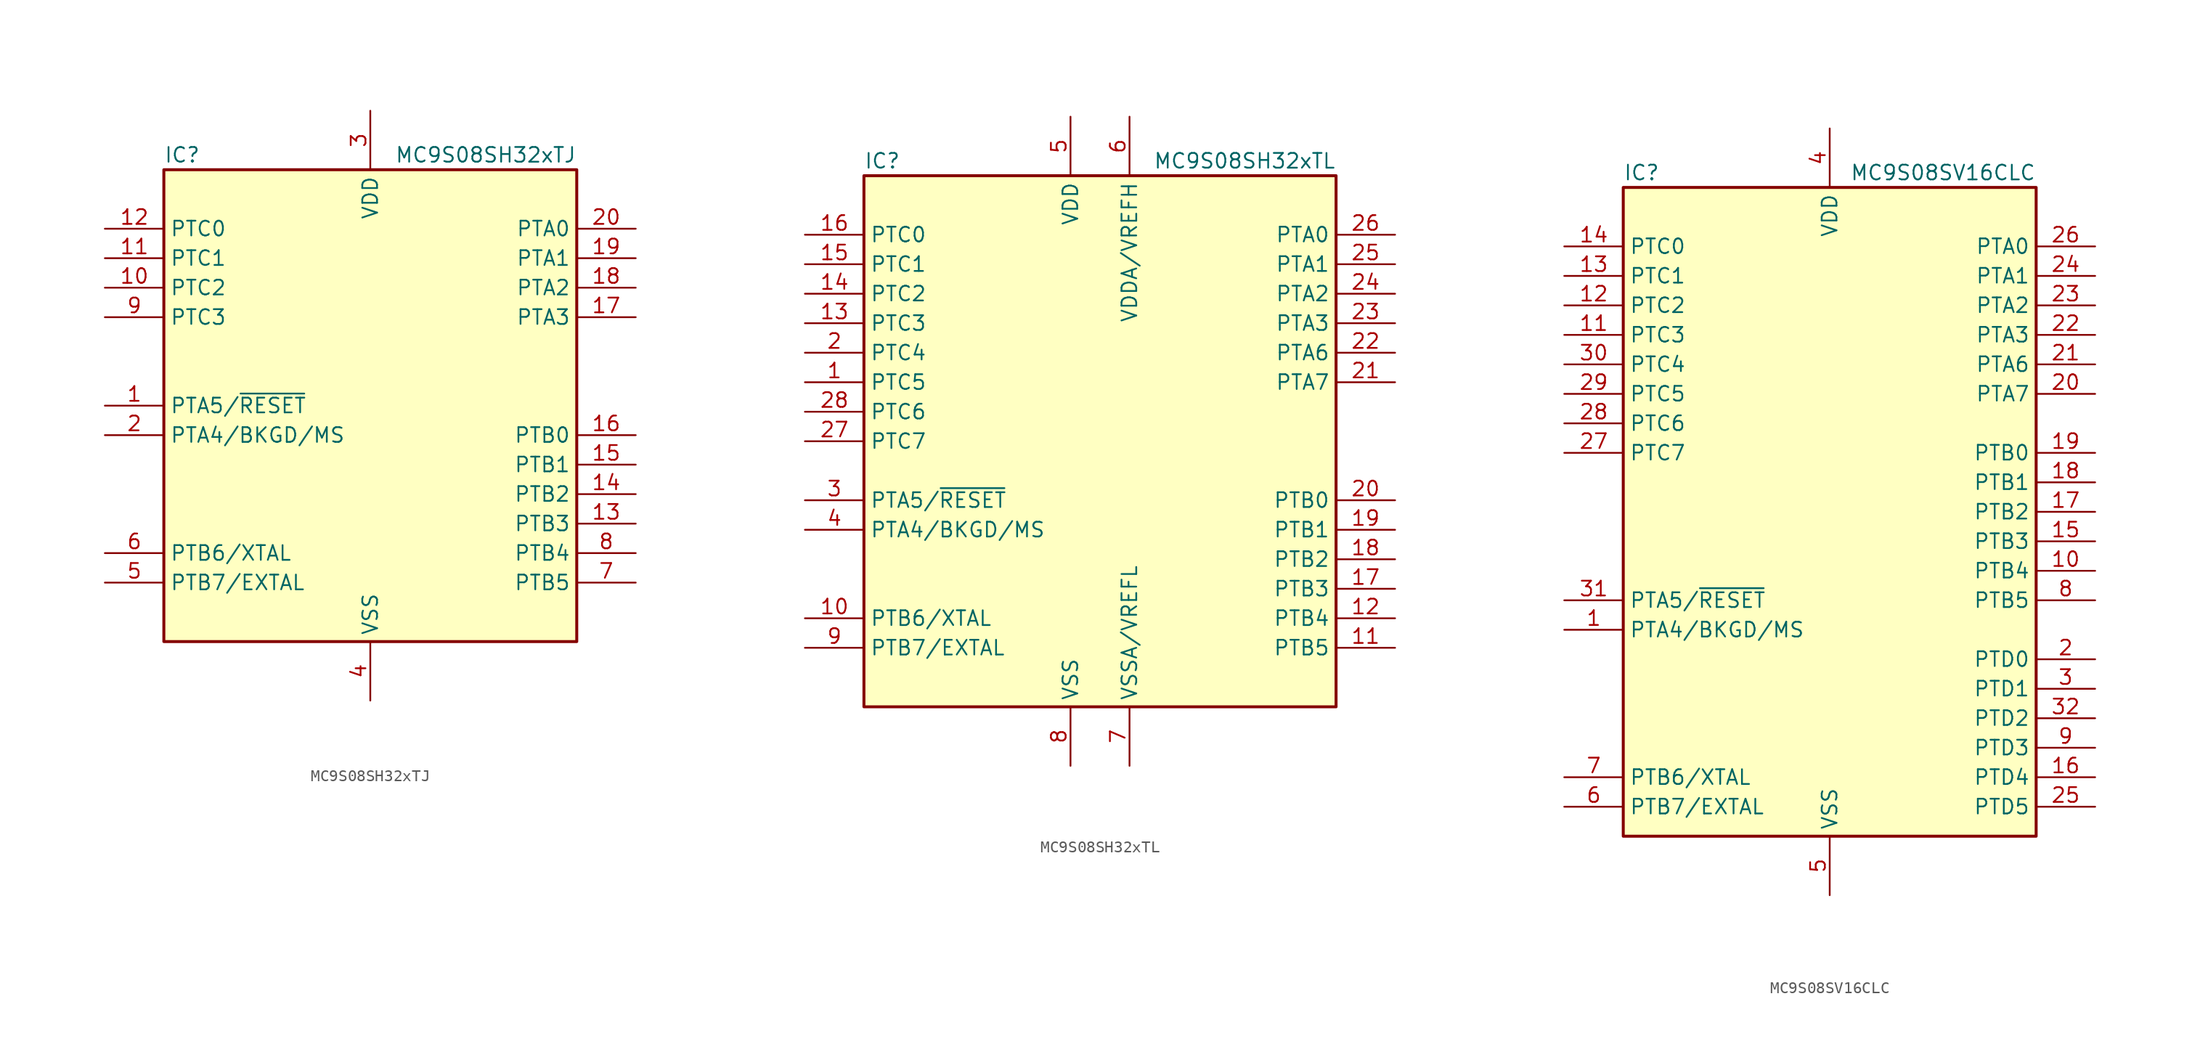
<source format=kicad_sym>
(kicad_symbol_lib
  (version 20241209)
  (generator "kicad_symbol_editor")
  (generator_version "9.0")
  (symbol "MC9S08SH32xTJ"
    (property "Reference" "IC"
      (at -17.78 21.59 0)
      (effects (font (size 1.27 1.27)) (justify left)))
    (property "Value" "MC9S08SH32xTJ"
      (at 17.78 21.59 0)
      (effects (font (size 1.27 1.27)) (justify right)))
    (symbol "MC9S08SH32xTJ_0_1"
      (rectangle (start -17.78 20.32) (end 17.78 -20.32) (stroke (width 0.254) (type default)) (fill (type background))))
    (symbol "MC9S08SH32xTJ_1_1"
      (pin bidirectional line (at -22.86 15.24 0) (length 5.08) (name "PTC0" (effects (font (size 1.27 1.27)))) (number "12" (effects (font (size 1.27 1.27)))))
      (pin bidirectional line (at -22.86 12.7 0) (length 5.08) (name "PTC1" (effects (font (size 1.27 1.27)))) (number "11" (effects (font (size 1.27 1.27)))))
      (pin bidirectional line (at -22.86 10.16 0) (length 5.08) (name "PTC2" (effects (font (size 1.27 1.27)))) (number "10" (effects (font (size 1.27 1.27)))))
      (pin bidirectional line (at -22.86 7.62 0) (length 5.08) (name "PTC3" (effects (font (size 1.27 1.27)))) (number "9" (effects (font (size 1.27 1.27)))))
      (pin bidirectional line (at -22.86 0 0) (length 5.08) (name "PTA5/~{RESET}" (effects (font (size 1.27 1.27)))) (number "1" (effects (font (size 1.27 1.27)))))
      (pin bidirectional line (at -22.86 -2.54 0) (length 5.08) (name "PTA4/BKGD/MS" (effects (font (size 1.27 1.27)))) (number "2" (effects (font (size 1.27 1.27)))))
      (pin bidirectional line (at -22.86 -12.7 0) (length 5.08) (name "PTB6/XTAL" (effects (font (size 1.27 1.27)))) (number "6" (effects (font (size 1.27 1.27)))))
      (pin bidirectional line (at -22.86 -15.24 0) (length 5.08) (name "PTB7/EXTAL" (effects (font (size 1.27 1.27)))) (number "5" (effects (font (size 1.27 1.27)))))
      (pin power_in line (at 0 25.4 270) (length 5.08) (name "VDD" (effects (font (size 1.27 1.27)))) (number "3" (effects (font (size 1.27 1.27)))))
      (pin power_in line (at 0 -25.4 90) (length 5.08) (name "VSS" (effects (font (size 1.27 1.27)))) (number "4" (effects (font (size 1.27 1.27)))))
      (pin bidirectional line (at 22.86 15.24 180) (length 5.08) (name "PTA0" (effects (font (size 1.27 1.27)))) (number "20" (effects (font (size 1.27 1.27)))))
      (pin bidirectional line (at 22.86 12.7 180) (length 5.08) (name "PTA1" (effects (font (size 1.27 1.27)))) (number "19" (effects (font (size 1.27 1.27)))))
      (pin bidirectional line (at 22.86 10.16 180) (length 5.08) (name "PTA2" (effects (font (size 1.27 1.27)))) (number "18" (effects (font (size 1.27 1.27)))))
      (pin bidirectional line (at 22.86 7.62 180) (length 5.08) (name "PTA3" (effects (font (size 1.27 1.27)))) (number "17" (effects (font (size 1.27 1.27)))))
      (pin bidirectional line (at 22.86 -2.54 180) (length 5.08) (name "PTB0" (effects (font (size 1.27 1.27)))) (number "16" (effects (font (size 1.27 1.27)))))
      (pin bidirectional line (at 22.86 -5.08 180) (length 5.08) (name "PTB1" (effects (font (size 1.27 1.27)))) (number "15" (effects (font (size 1.27 1.27)))))
      (pin bidirectional line (at 22.86 -7.62 180) (length 5.08) (name "PTB2" (effects (font (size 1.27 1.27)))) (number "14" (effects (font (size 1.27 1.27)))))
      (pin bidirectional line (at 22.86 -10.16 180) (length 5.08) (name "PTB3" (effects (font (size 1.27 1.27)))) (number "13" (effects (font (size 1.27 1.27)))))
      (pin bidirectional line (at 22.86 -12.7 180) (length 5.08) (name "PTB4" (effects (font (size 1.27 1.27)))) (number "8" (effects (font (size 1.27 1.27)))))
      (pin bidirectional line (at 22.86 -15.24 180) (length 5.08) (name "PTB5" (effects (font (size 1.27 1.27)))) (number "7" (effects (font (size 1.27 1.27)))))))
  (symbol "MC9S08SH32xTL"
    (property "Reference" "IC"
      (at -20.32 24.13 0)
      (effects (font (size 1.27 1.27)) (justify left)))
    (property "Value" "MC9S08SH32xTL"
      (at 20.32 24.13 0)
      (effects (font (size 1.27 1.27)) (justify right)))
    (symbol "MC9S08SH32xTL_0_1"
      (rectangle (start -20.32 22.86) (end 20.32 -22.86) (stroke (width 0.254) (type default)) (fill (type background))))
    (symbol "MC9S08SH32xTL_1_1"
      (pin bidirectional line (at -25.4 17.78 0) (length 5.08) (name "PTC0" (effects (font (size 1.27 1.27)))) (number "16" (effects (font (size 1.27 1.27)))))
      (pin bidirectional line (at -25.4 15.24 0) (length 5.08) (name "PTC1" (effects (font (size 1.27 1.27)))) (number "15" (effects (font (size 1.27 1.27)))))
      (pin bidirectional line (at -25.4 12.7 0) (length 5.08) (name "PTC2" (effects (font (size 1.27 1.27)))) (number "14" (effects (font (size 1.27 1.27)))))
      (pin bidirectional line (at -25.4 10.16 0) (length 5.08) (name "PTC3" (effects (font (size 1.27 1.27)))) (number "13" (effects (font (size 1.27 1.27)))))
      (pin bidirectional line (at -25.4 7.62 0) (length 5.08) (name "PTC4" (effects (font (size 1.27 1.27)))) (number "2" (effects (font (size 1.27 1.27)))))
      (pin bidirectional line (at -25.4 5.08 0) (length 5.08) (name "PTC5" (effects (font (size 1.27 1.27)))) (number "1" (effects (font (size 1.27 1.27)))))
      (pin bidirectional line (at -25.4 2.54 0) (length 5.08) (name "PTC6" (effects (font (size 1.27 1.27)))) (number "28" (effects (font (size 1.27 1.27)))))
      (pin bidirectional line (at -25.4 0 0) (length 5.08) (name "PTC7" (effects (font (size 1.27 1.27)))) (number "27" (effects (font (size 1.27 1.27)))))
      (pin bidirectional line (at -25.4 -5.08 0) (length 5.08) (name "PTA5/~{RESET}" (effects (font (size 1.27 1.27)))) (number "3" (effects (font (size 1.27 1.27)))))
      (pin bidirectional line (at -25.4 -7.62 0) (length 5.08) (name "PTA4/BKGD/MS" (effects (font (size 1.27 1.27)))) (number "4" (effects (font (size 1.27 1.27)))))
      (pin bidirectional line (at -25.4 -15.24 0) (length 5.08) (name "PTB6/XTAL" (effects (font (size 1.27 1.27)))) (number "10" (effects (font (size 1.27 1.27)))))
      (pin bidirectional line (at -25.4 -17.78 0) (length 5.08) (name "PTB7/EXTAL" (effects (font (size 1.27 1.27)))) (number "9" (effects (font (size 1.27 1.27)))))
      (pin power_in line (at -2.54 27.94 270) (length 5.08) (name "VDD" (effects (font (size 1.27 1.27)))) (number "5" (effects (font (size 1.27 1.27)))))
      (pin power_in line (at -2.54 -27.94 90) (length 5.08) (name "VSS" (effects (font (size 1.27 1.27)))) (number "8" (effects (font (size 1.27 1.27)))))
      (pin power_in line (at 2.54 27.94 270) (length 5.08) (name "VDDA/VREFH" (effects (font (size 1.27 1.27)))) (number "6" (effects (font (size 1.27 1.27)))))
      (pin power_in line (at 2.54 -27.94 90) (length 5.08) (name "VSSA/VREFL" (effects (font (size 1.27 1.27)))) (number "7" (effects (font (size 1.27 1.27)))))
      (pin bidirectional line (at 25.4 17.78 180) (length 5.08) (name "PTA0" (effects (font (size 1.27 1.27)))) (number "26" (effects (font (size 1.27 1.27)))))
      (pin bidirectional line (at 25.4 15.24 180) (length 5.08) (name "PTA1" (effects (font (size 1.27 1.27)))) (number "25" (effects (font (size 1.27 1.27)))))
      (pin bidirectional line (at 25.4 12.7 180) (length 5.08) (name "PTA2" (effects (font (size 1.27 1.27)))) (number "24" (effects (font (size 1.27 1.27)))))
      (pin bidirectional line (at 25.4 10.16 180) (length 5.08) (name "PTA3" (effects (font (size 1.27 1.27)))) (number "23" (effects (font (size 1.27 1.27)))))
      (pin bidirectional line (at 25.4 7.62 180) (length 5.08) (name "PTA6" (effects (font (size 1.27 1.27)))) (number "22" (effects (font (size 1.27 1.27)))))
      (pin bidirectional line (at 25.4 5.08 180) (length 5.08) (name "PTA7" (effects (font (size 1.27 1.27)))) (number "21" (effects (font (size 1.27 1.27)))))
      (pin bidirectional line (at 25.4 -5.08 180) (length 5.08) (name "PTB0" (effects (font (size 1.27 1.27)))) (number "20" (effects (font (size 1.27 1.27)))))
      (pin bidirectional line (at 25.4 -7.62 180) (length 5.08) (name "PTB1" (effects (font (size 1.27 1.27)))) (number "19" (effects (font (size 1.27 1.27)))))
      (pin bidirectional line (at 25.4 -10.16 180) (length 5.08) (name "PTB2" (effects (font (size 1.27 1.27)))) (number "18" (effects (font (size 1.27 1.27)))))
      (pin bidirectional line (at 25.4 -12.7 180) (length 5.08) (name "PTB3" (effects (font (size 1.27 1.27)))) (number "17" (effects (font (size 1.27 1.27)))))
      (pin bidirectional line (at 25.4 -15.24 180) (length 5.08) (name "PTB4" (effects (font (size 1.27 1.27)))) (number "12" (effects (font (size 1.27 1.27)))))
      (pin bidirectional line (at 25.4 -17.78 180) (length 5.08) (name "PTB5" (effects (font (size 1.27 1.27)))) (number "11" (effects (font (size 1.27 1.27)))))))
  (symbol "MC9S08SV16CLC"
    (property "Reference" "IC"
      (at -17.78 29.21 0)
      (effects (font (size 1.27 1.27)) (justify left)))
    (property "Value" "MC9S08SV16CLC"
      (at 17.78 29.21 0)
      (effects (font (size 1.27 1.27)) (justify right)))
    (symbol "MC9S08SV16CLC_0_1"
      (rectangle (start -17.78 27.94) (end 17.78 -27.94) (stroke (width 0.254) (type default)) (fill (type background))))
    (symbol "MC9S08SV16CLC_1_1"
      (pin bidirectional line (at -22.86 22.86 0) (length 5.08) (name "PTC0" (effects (font (size 1.27 1.27)))) (number "14" (effects (font (size 1.27 1.27)))))
      (pin bidirectional line (at -22.86 20.32 0) (length 5.08) (name "PTC1" (effects (font (size 1.27 1.27)))) (number "13" (effects (font (size 1.27 1.27)))))
      (pin bidirectional line (at -22.86 17.78 0) (length 5.08) (name "PTC2" (effects (font (size 1.27 1.27)))) (number "12" (effects (font (size 1.27 1.27)))))
      (pin bidirectional line (at -22.86 15.24 0) (length 5.08) (name "PTC3" (effects (font (size 1.27 1.27)))) (number "11" (effects (font (size 1.27 1.27)))))
      (pin bidirectional line (at -22.86 12.7 0) (length 5.08) (name "PTC4" (effects (font (size 1.27 1.27)))) (number "30" (effects (font (size 1.27 1.27)))))
      (pin bidirectional line (at -22.86 10.16 0) (length 5.08) (name "PTC5" (effects (font (size 1.27 1.27)))) (number "29" (effects (font (size 1.27 1.27)))))
      (pin bidirectional line (at -22.86 7.62 0) (length 5.08) (name "PTC6" (effects (font (size 1.27 1.27)))) (number "28" (effects (font (size 1.27 1.27)))))
      (pin bidirectional line (at -22.86 5.08 0) (length 5.08) (name "PTC7" (effects (font (size 1.27 1.27)))) (number "27" (effects (font (size 1.27 1.27)))))
      (pin bidirectional line (at -22.86 -7.62 0) (length 5.08) (name "PTA5/~{RESET}" (effects (font (size 1.27 1.27)))) (number "31" (effects (font (size 1.27 1.27)))))
      (pin bidirectional line (at -22.86 -10.16 0) (length 5.08) (name "PTA4/BKGD/MS" (effects (font (size 1.27 1.27)))) (number "1" (effects (font (size 1.27 1.27)))))
      (pin bidirectional line (at -22.86 -22.86 0) (length 5.08) (name "PTB6/XTAL" (effects (font (size 1.27 1.27)))) (number "7" (effects (font (size 1.27 1.27)))))
      (pin bidirectional line (at -22.86 -25.4 0) (length 5.08) (name "PTB7/EXTAL" (effects (font (size 1.27 1.27)))) (number "6" (effects (font (size 1.27 1.27)))))
      (pin power_in line (at 0 33.02 270) (length 5.08) (name "VDD" (effects (font (size 1.27 1.27)))) (number "4" (effects (font (size 1.27 1.27)))))
      (pin power_in line (at 0 -33.02 90) (length 5.08) (name "VSS" (effects (font (size 1.27 1.27)))) (number "5" (effects (font (size 1.27 1.27)))))
      (pin bidirectional line (at 22.86 22.86 180) (length 5.08) (name "PTA0" (effects (font (size 1.27 1.27)))) (number "26" (effects (font (size 1.27 1.27)))))
      (pin bidirectional line (at 22.86 20.32 180) (length 5.08) (name "PTA1" (effects (font (size 1.27 1.27)))) (number "24" (effects (font (size 1.27 1.27)))))
      (pin bidirectional line (at 22.86 17.78 180) (length 5.08) (name "PTA2" (effects (font (size 1.27 1.27)))) (number "23" (effects (font (size 1.27 1.27)))))
      (pin bidirectional line (at 22.86 15.24 180) (length 5.08) (name "PTA3" (effects (font (size 1.27 1.27)))) (number "22" (effects (font (size 1.27 1.27)))))
      (pin bidirectional line (at 22.86 12.7 180) (length 5.08) (name "PTA6" (effects (font (size 1.27 1.27)))) (number "21" (effects (font (size 1.27 1.27)))))
      (pin bidirectional line (at 22.86 10.16 180) (length 5.08) (name "PTA7" (effects (font (size 1.27 1.27)))) (number "20" (effects (font (size 1.27 1.27)))))
      (pin bidirectional line (at 22.86 5.08 180) (length 5.08) (name "PTB0" (effects (font (size 1.27 1.27)))) (number "19" (effects (font (size 1.27 1.27)))))
      (pin bidirectional line (at 22.86 2.54 180) (length 5.08) (name "PTB1" (effects (font (size 1.27 1.27)))) (number "18" (effects (font (size 1.27 1.27)))))
      (pin bidirectional line (at 22.86 0 180) (length 5.08) (name "PTB2" (effects (font (size 1.27 1.27)))) (number "17" (effects (font (size 1.27 1.27)))))
      (pin bidirectional line (at 22.86 -2.54 180) (length 5.08) (name "PTB3" (effects (font (size 1.27 1.27)))) (number "15" (effects (font (size 1.27 1.27)))))
      (pin bidirectional line (at 22.86 -5.08 180) (length 5.08) (name "PTB4" (effects (font (size 1.27 1.27)))) (number "10" (effects (font (size 1.27 1.27)))))
      (pin bidirectional line (at 22.86 -7.62 180) (length 5.08) (name "PTB5" (effects (font (size 1.27 1.27)))) (number "8" (effects (font (size 1.27 1.27)))))
      (pin bidirectional line (at 22.86 -12.7 180) (length 5.08) (name "PTD0" (effects (font (size 1.27 1.27)))) (number "2" (effects (font (size 1.27 1.27)))))
      (pin bidirectional line (at 22.86 -15.24 180) (length 5.08) (name "PTD1" (effects (font (size 1.27 1.27)))) (number "3" (effects (font (size 1.27 1.27)))))
      (pin bidirectional line (at 22.86 -17.78 180) (length 5.08) (name "PTD2" (effects (font (size 1.27 1.27)))) (number "32" (effects (font (size 1.27 1.27)))))
      (pin bidirectional line (at 22.86 -20.32 180) (length 5.08) (name "PTD3" (effects (font (size 1.27 1.27)))) (number "9" (effects (font (size 1.27 1.27)))))
      (pin bidirectional line (at 22.86 -22.86 180) (length 5.08) (name "PTD4" (effects (font (size 1.27 1.27)))) (number "16" (effects (font (size 1.27 1.27)))))
      (pin bidirectional line (at 22.86 -25.4 180) (length 5.08) (name "PTD5" (effects (font (size 1.27 1.27)))) (number "25" (effects (font (size 1.27 1.27))))))))
</source>
